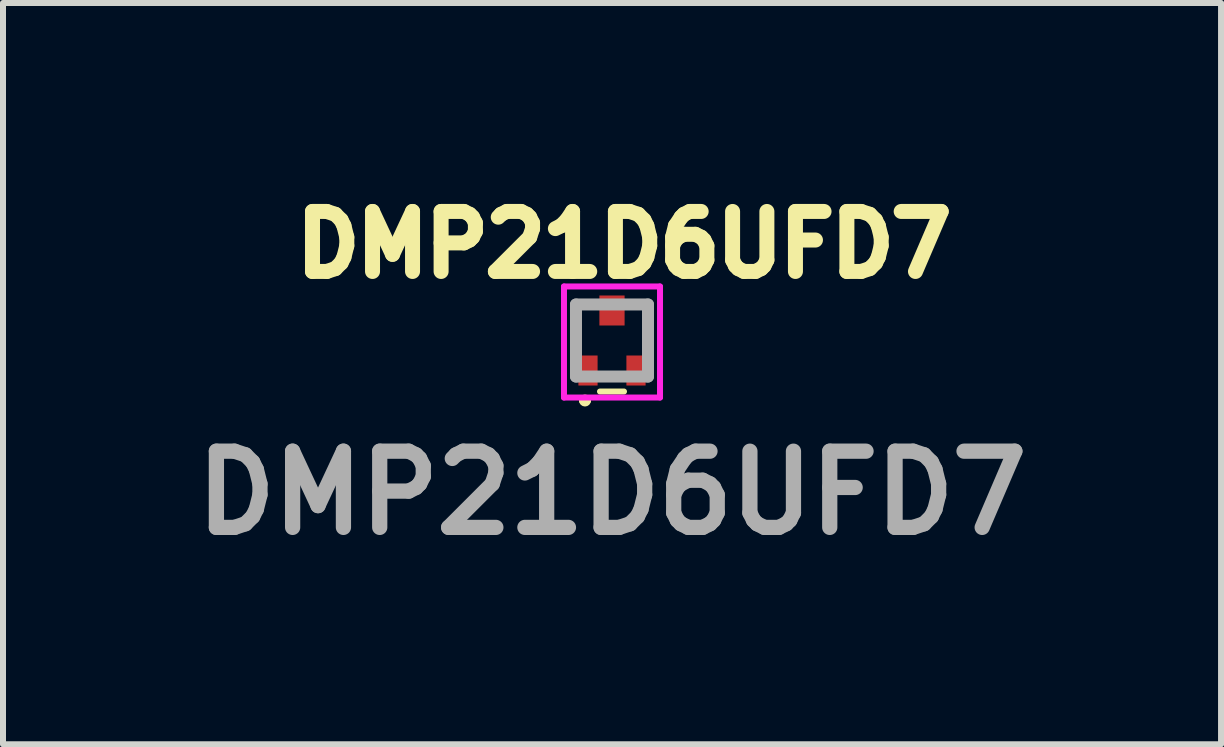
<source format=kicad_pcb>
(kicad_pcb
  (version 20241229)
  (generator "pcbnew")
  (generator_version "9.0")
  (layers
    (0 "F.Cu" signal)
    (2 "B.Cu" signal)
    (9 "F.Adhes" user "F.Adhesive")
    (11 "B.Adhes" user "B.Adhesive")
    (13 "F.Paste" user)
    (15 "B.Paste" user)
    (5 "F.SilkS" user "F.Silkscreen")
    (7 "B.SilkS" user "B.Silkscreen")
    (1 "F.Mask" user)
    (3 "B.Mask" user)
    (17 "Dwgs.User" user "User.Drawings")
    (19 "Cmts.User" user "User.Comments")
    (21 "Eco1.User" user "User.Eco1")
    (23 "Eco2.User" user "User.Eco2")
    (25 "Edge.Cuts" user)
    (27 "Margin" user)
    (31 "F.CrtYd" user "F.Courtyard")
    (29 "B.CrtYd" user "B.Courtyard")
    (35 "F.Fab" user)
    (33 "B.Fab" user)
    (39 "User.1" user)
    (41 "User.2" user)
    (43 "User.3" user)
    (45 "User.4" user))
  (footprint "DMP21D6UFD7"
    (layer "F.Cu")
    (at 7.148 2.624)
    (property "Reference" "DMP21D6UFD7" (at 0.2 -1.6 180) (layer "F.SilkS") (effects (font (size 1 1) (thickness 0.254))))
    (attr smd)
    (fp_line (start -0.6 -0.6) (end -0.6 -0.6) (stroke (width 0.1) (type solid)) (layer "F.SilkS"))
    (fp_line (start -0.6 -0.6) (end -0.6 -0.6) (stroke (width 0.1) (type solid)) (layer "F.SilkS"))
    (fp_line (start -0.6 -0.6) (end -0.6 0) (stroke (width 0.1) (type solid)) (layer "F.SilkS"))
    (fp_line (start -0.6 -0.6) (end -0.4 -0.6) (stroke (width 0.1) (type solid)) (layer "F.SilkS"))
    (fp_line (start -0.6 0) (end -0.6 -0.6) (stroke (width 0.1) (type solid)) (layer "F.SilkS"))
    (fp_line (start -0.6 0) (end -0.6 0) (stroke (width 0.1) (type solid)) (layer "F.SilkS"))
    (fp_line (start -0.5 1) (end -0.5 1) (stroke (width 0.1) (type solid)) (layer "F.SilkS"))
    (fp_line (start -0.4 -0.6) (end -0.6 -0.6) (stroke (width 0.1) (type solid)) (layer "F.SilkS"))
    (fp_line (start -0.4 -0.6) (end -0.4 -0.6) (stroke (width 0.1) (type solid)) (layer "F.SilkS"))
    (fp_line (start -0.4 1) (end -0.4 1) (stroke (width 0.1) (type solid)) (layer "F.SilkS"))
    (fp_line (start -0.2 0.85) (end 0.2 0.85) (stroke (width 0.1) (type solid)) (layer "F.SilkS"))
    (fp_line (start 0.4 -0.6) (end 0.4 -0.6) (stroke (width 0.1) (type solid)) (layer "F.SilkS"))
    (fp_line (start 0.4 -0.6) (end 0.6 -0.6) (stroke (width 0.1) (type solid)) (layer "F.SilkS"))
    (fp_line (start 0.6 -0.6) (end 0.4 -0.6) (stroke (width 0.1) (type solid)) (layer "F.SilkS"))
    (fp_line (start 0.6 -0.6) (end 0.6 -0.6) (stroke (width 0.1) (type solid)) (layer "F.SilkS"))
    (fp_line (start 0.6 -0.6) (end 0.6 -0.6) (stroke (width 0.1) (type solid)) (layer "F.SilkS"))
    (fp_line (start 0.6 -0.6) (end 0.6 0) (stroke (width 0.1) (type solid)) (layer "F.SilkS"))
    (fp_line (start 0.6 0) (end 0.6 -0.6) (stroke (width 0.1) (type solid)) (layer "F.SilkS"))
    (fp_line (start 0.6 0) (end 0.6 0) (stroke (width 0.1) (type solid)) (layer "F.SilkS"))
    (fp_arc (start -0.5 1) (mid -0.45 0.95) (end -0.4 1) (stroke (width 0.1) (type solid)) (layer "F.SilkS"))
    (fp_arc (start -0.4 1) (mid -0.45 1.05) (end -0.5 1) (stroke (width 0.1) (type solid)) (layer "F.SilkS"))
    (fp_line (start -0.8 -0.9) (end 0.8 -0.9) (stroke (width 0.1) (type solid)) (layer "F.CrtYd"))
    (fp_line (start -0.8 0.95) (end -0.8 -0.9) (stroke (width 0.1) (type solid)) (layer "F.CrtYd"))
    (fp_line (start 0.8 -0.9) (end 0.8 0.95) (stroke (width 0.1) (type solid)) (layer "F.CrtYd"))
    (fp_line (start 0.8 0.95) (end -0.8 0.95) (stroke (width 0.1) (type solid)) (layer "F.CrtYd"))
    (fp_line (start -0.6 -0.6) (end 0.6 -0.6) (stroke (width 0.2) (type solid)) (layer "F.Fab"))
    (fp_line (start -0.6 0.6) (end -0.6 -0.6) (stroke (width 0.2) (type solid)) (layer "F.Fab"))
    (fp_line (start 0.6 -0.6) (end 0.6 0.6) (stroke (width 0.2) (type solid)) (layer "F.Fab"))
    (fp_line (start 0.6 0.6) (end -0.6 0.6) (stroke (width 0.2) (type solid)) (layer "F.Fab"))
    (fp_text user "${REFERENCE}" (at 0 2.54 180) (layer "F.Fab") (effects (font (size 1.27 1.27) (thickness 0.254))))
    (pad "1" smd rect (at -0.4 0.5) (size 0.32 0.5) (layers "F.Cu" "F.Mask" "F.Paste"))
    (pad "2" smd rect (at 0.4 0.5) (size 0.32 0.5) (layers "F.Cu" "F.Mask" "F.Paste"))
    (pad "3" smd rect (at 0 -0.5) (size 0.42 0.5) (layers "F.Cu" "F.Mask" "F.Paste")))
  (gr_rect
    (start -3 -3)
    (end 17.297 9.352)
    (stroke (width 0.1) (type default))
    (fill no)
    (layer "Edge.Cuts")))
</source>
